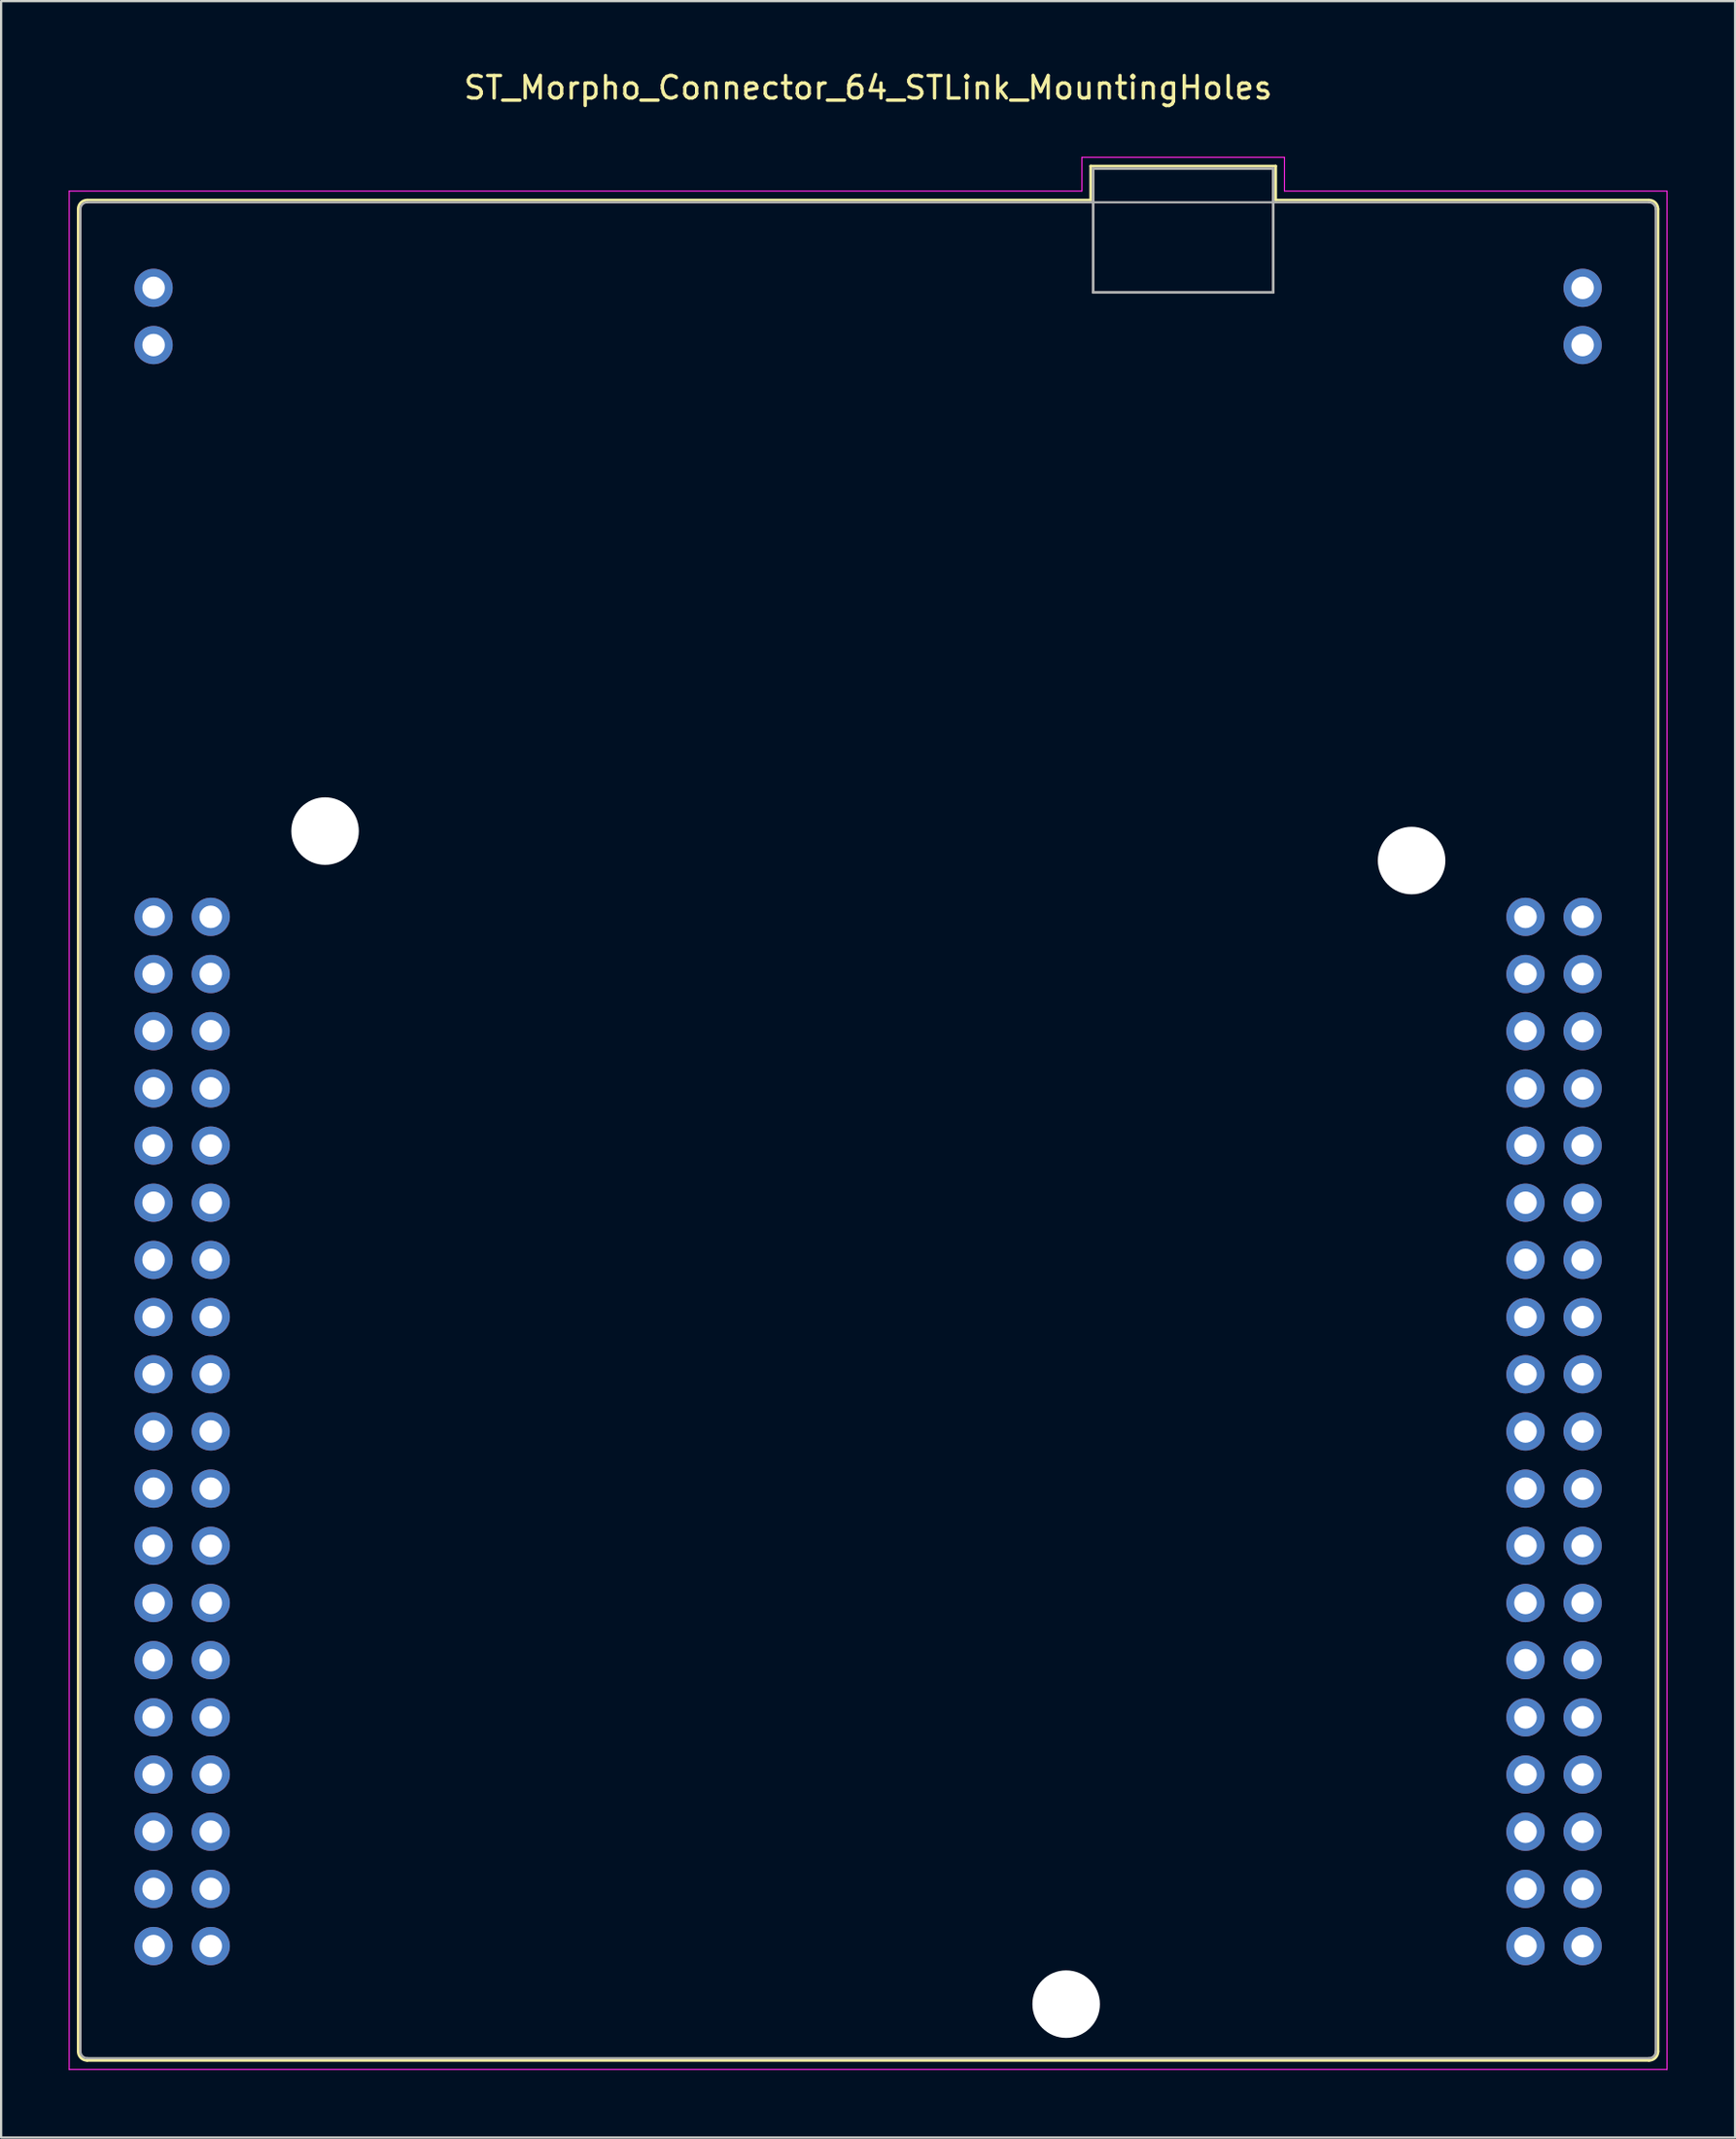
<source format=kicad_pcb>
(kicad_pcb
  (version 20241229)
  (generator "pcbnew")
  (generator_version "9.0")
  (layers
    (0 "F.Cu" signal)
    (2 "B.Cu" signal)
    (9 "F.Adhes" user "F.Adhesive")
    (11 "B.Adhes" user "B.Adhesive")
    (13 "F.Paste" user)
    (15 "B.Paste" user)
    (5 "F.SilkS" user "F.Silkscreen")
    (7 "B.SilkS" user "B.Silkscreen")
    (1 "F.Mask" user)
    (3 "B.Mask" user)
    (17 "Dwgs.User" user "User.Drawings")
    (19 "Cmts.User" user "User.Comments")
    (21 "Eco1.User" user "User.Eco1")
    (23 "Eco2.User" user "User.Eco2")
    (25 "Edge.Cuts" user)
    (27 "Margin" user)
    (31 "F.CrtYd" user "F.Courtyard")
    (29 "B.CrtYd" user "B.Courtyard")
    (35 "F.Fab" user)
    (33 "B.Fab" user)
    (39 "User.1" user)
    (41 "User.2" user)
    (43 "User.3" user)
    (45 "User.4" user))
  (footprint "ST_Morpho_Connector_64_STLink_MountingHoles"
    (layer "F.Cu")
    (at 3.775 37.678)
    (property "Reference" "ST_Morpho_Connector_64_STLink_MountingHoles" (at 31.75 -36.83 0) (layer "F.SilkS") (effects (font (size 1 1) (thickness 0.15))))
    (attr through_hole)
    (fp_line (start -3.35 -31.44) (end -3.35 50.4) (stroke (width 0.12) (type solid)) (layer "F.SilkS"))
    (fp_line (start 41.64 -33.35) (end 49.86 -33.35) (stroke (width 0.12) (type solid)) (layer "F.SilkS"))
    (fp_line (start 41.64 -31.84) (end -2.95 -31.84) (stroke (width 0.12) (type solid)) (layer "F.SilkS"))
    (fp_line (start 41.64 -31.84) (end 41.64 -33.35) (stroke (width 0.12) (type solid)) (layer "F.SilkS"))
    (fp_line (start 49.86 -33.35) (end 49.86 -31.84) (stroke (width 0.12) (type solid)) (layer "F.SilkS"))
    (fp_line (start 49.86 -31.84) (end 66.45 -31.84) (stroke (width 0.12) (type solid)) (layer "F.SilkS"))
    (fp_line (start 66.45 50.8) (end -2.95 50.8) (stroke (width 0.12) (type solid)) (layer "F.SilkS"))
    (fp_line (start 66.85 50.4) (end 66.85 -31.44) (stroke (width 0.12) (type solid)) (layer "F.SilkS"))
    (fp_arc (start -3.35 -31.44) (mid -3.232843 -31.722843) (end -2.95 -31.84) (stroke (width 0.12) (type solid)) (layer "F.SilkS"))
    (fp_arc (start -2.95 50.8) (mid -3.232843 50.682843) (end -3.35 50.4) (stroke (width 0.12) (type solid)) (layer "F.SilkS"))
    (fp_arc (start 66.45 -31.84) (mid 66.732843 -31.722843) (end 66.85 -31.44) (stroke (width 0.12) (type solid)) (layer "F.SilkS"))
    (fp_arc (start 66.85 50.4) (mid 66.732843 50.682843) (end 66.45 50.8) (stroke (width 0.12) (type solid)) (layer "F.SilkS"))
    (fp_line (start -3.75 -32.24) (end -3.75 51.2) (stroke (width 0.05) (type solid)) (layer "F.CrtYd"))
    (fp_line (start 41.25 -33.74) (end 50.25 -33.74) (stroke (width 0.05) (type solid)) (layer "F.CrtYd"))
    (fp_line (start 41.25 -32.24) (end -3.75 -32.24) (stroke (width 0.05) (type solid)) (layer "F.CrtYd"))
    (fp_line (start 41.25 -32.24) (end 41.25 -33.74) (stroke (width 0.05) (type solid)) (layer "F.CrtYd"))
    (fp_line (start 50.25 -32.24) (end 50.25 -33.74) (stroke (width 0.05) (type solid)) (layer "F.CrtYd"))
    (fp_line (start 50.25 -32.24) (end 67.25 -32.24) (stroke (width 0.05) (type solid)) (layer "F.CrtYd"))
    (fp_line (start 67.25 51.2) (end -3.75 51.2) (stroke (width 0.05) (type solid)) (layer "F.CrtYd"))
    (fp_line (start 67.25 51.2) (end 67.25 -32.24) (stroke (width 0.05) (type solid)) (layer "F.CrtYd"))
    (fp_line (start -3.25 50.5) (end -3.25 -31.44) (stroke (width 0.1) (type solid)) (layer "F.Fab"))
    (fp_line (start 41.75 -33.24) (end 49.75 -33.24) (stroke (width 0.12) (type solid)) (layer "F.Fab"))
    (fp_line (start 41.75 -27.74) (end 41.75 -33.24) (stroke (width 0.12) (type solid)) (layer "F.Fab"))
    (fp_line (start 41.75 -27.74) (end 49.75 -27.74) (stroke (width 0.12) (type solid)) (layer "F.Fab"))
    (fp_line (start 49.75 -33.24) (end 49.75 -27.74) (stroke (width 0.12) (type solid)) (layer "F.Fab"))
    (fp_line (start 66.45 -31.74) (end -2.95 -31.74) (stroke (width 0.1) (type solid)) (layer "F.Fab"))
    (fp_line (start 66.45 50.7) (end -2.95 50.7) (stroke (width 0.1) (type solid)) (layer "F.Fab"))
    (fp_line (start 66.75 50.5) (end 66.75 -31.44) (stroke (width 0.1) (type solid)) (layer "F.Fab"))
    (fp_arc (start -3.25 -31.44) (mid -3.162132 -31.652132) (end -2.95 -31.74) (stroke (width 0.1) (type solid)) (layer "F.Fab"))
    (fp_arc (start -2.95 50.7) (mid -3.162132 50.612132) (end -3.25 50.4) (stroke (width 0.1) (type solid)) (layer "F.Fab"))
    (fp_arc (start 66.45 -31.74) (mid 66.662132 -31.652132) (end 66.75 -31.44) (stroke (width 0.1) (type solid)) (layer "F.Fab"))
    (fp_arc (start 66.75 50.4) (mid 66.662132 50.612132) (end 66.45 50.7) (stroke (width 0.1) (type solid)) (layer "F.Fab"))
    (pad "" np_thru_hole circle (at 7.62 -3.81) (size 3 3) (drill 3) (layers "*.Cu" "*.Mask"))
    (pad "" np_thru_hole circle (at 40.55 48.3) (size 3 3) (drill 3) (layers "*.Cu" "*.Mask"))
    (pad "" np_thru_hole circle (at 55.9 -2.5) (size 3 3) (drill 3) (layers "*.Cu" "*.Mask"))
    (pad "1" thru_hole circle (at 0 0) (size 1.7 1.7) (drill 1) (layers "*.Cu" "*.Mask"))
    (pad "2" thru_hole circle (at 2.54 0) (size 1.7 1.7) (drill 1) (layers "*.Cu" "*.Mask"))
    (pad "3" thru_hole circle (at 0 2.54) (size 1.7 1.7) (drill 1) (layers "*.Cu" "*.Mask"))
    (pad "4" thru_hole circle (at 2.54 2.54) (size 1.7 1.7) (drill 1) (layers "*.Cu" "*.Mask"))
    (pad "5" thru_hole circle (at 0 5.08) (size 1.7 1.7) (drill 1) (layers "*.Cu" "*.Mask"))
    (pad "6" thru_hole circle (at 2.54 5.08) (size 1.7 1.7) (drill 1) (layers "*.Cu" "*.Mask"))
    (pad "7" thru_hole circle (at 0 7.62) (size 1.7 1.7) (drill 1) (layers "*.Cu" "*.Mask"))
    (pad "8" thru_hole circle (at 2.54 7.62) (size 1.7 1.7) (drill 1) (layers "*.Cu" "*.Mask"))
    (pad "9" thru_hole circle (at 0 10.16) (size 1.7 1.7) (drill 1) (layers "*.Cu" "*.Mask"))
    (pad "10" thru_hole circle (at 2.54 10.16) (size 1.7 1.7) (drill 1) (layers "*.Cu" "*.Mask"))
    (pad "11" thru_hole circle (at 0 12.7) (size 1.7 1.7) (drill 1) (layers "*.Cu" "*.Mask"))
    (pad "12" thru_hole circle (at 2.54 12.7) (size 1.7 1.7) (drill 1) (layers "*.Cu" "*.Mask"))
    (pad "13" thru_hole circle (at 0 15.24) (size 1.7 1.7) (drill 1) (layers "*.Cu" "*.Mask"))
    (pad "14" thru_hole circle (at 2.54 15.24) (size 1.7 1.7) (drill 1) (layers "*.Cu" "*.Mask"))
    (pad "15" thru_hole circle (at 0 17.78) (size 1.7 1.7) (drill 1) (layers "*.Cu" "*.Mask"))
    (pad "16" thru_hole circle (at 2.54 17.78) (size 1.7 1.7) (drill 1) (layers "*.Cu" "*.Mask"))
    (pad "17" thru_hole circle (at 0 20.32) (size 1.7 1.7) (drill 1) (layers "*.Cu" "*.Mask"))
    (pad "18" thru_hole circle (at 2.54 20.32) (size 1.7 1.7) (drill 1) (layers "*.Cu" "*.Mask"))
    (pad "19" thru_hole circle (at 0 22.86) (size 1.7 1.7) (drill 1) (layers "*.Cu" "*.Mask"))
    (pad "20" thru_hole circle (at 2.54 22.86) (size 1.7 1.7) (drill 1) (layers "*.Cu" "*.Mask"))
    (pad "21" thru_hole circle (at 0 25.4) (size 1.7 1.7) (drill 1) (layers "*.Cu" "*.Mask"))
    (pad "22" thru_hole circle (at 2.54 25.4) (size 1.7 1.7) (drill 1) (layers "*.Cu" "*.Mask"))
    (pad "23" thru_hole circle (at 0 27.94) (size 1.7 1.7) (drill 1) (layers "*.Cu" "*.Mask"))
    (pad "24" thru_hole circle (at 2.54 27.94) (size 1.7 1.7) (drill 1) (layers "*.Cu" "*.Mask"))
    (pad "25" thru_hole circle (at 0 30.48) (size 1.7 1.7) (drill 1) (layers "*.Cu" "*.Mask"))
    (pad "26" thru_hole circle (at 2.54 30.48) (size 1.7 1.7) (drill 1) (layers "*.Cu" "*.Mask"))
    (pad "27" thru_hole circle (at 0 33.02) (size 1.7 1.7) (drill 1) (layers "*.Cu" "*.Mask"))
    (pad "28" thru_hole circle (at 2.54 33.02) (size 1.7 1.7) (drill 1) (layers "*.Cu" "*.Mask"))
    (pad "29" thru_hole circle (at 0 35.56) (size 1.7 1.7) (drill 1) (layers "*.Cu" "*.Mask"))
    (pad "30" thru_hole circle (at 2.54 35.56) (size 1.7 1.7) (drill 1) (layers "*.Cu" "*.Mask"))
    (pad "31" thru_hole circle (at 0 38.1) (size 1.7 1.7) (drill 1) (layers "*.Cu" "*.Mask"))
    (pad "32" thru_hole circle (at 2.54 38.1) (size 1.7 1.7) (drill 1) (layers "*.Cu" "*.Mask"))
    (pad "33" thru_hole circle (at 0 40.64) (size 1.7 1.7) (drill 1) (layers "*.Cu" "*.Mask"))
    (pad "34" thru_hole circle (at 2.54 40.64) (size 1.7 1.7) (drill 1) (layers "*.Cu" "*.Mask"))
    (pad "35" thru_hole circle (at 0 43.18) (size 1.7 1.7) (drill 1) (layers "*.Cu" "*.Mask"))
    (pad "36" thru_hole circle (at 2.54 43.18) (size 1.7 1.7) (drill 1) (layers "*.Cu" "*.Mask"))
    (pad "37" thru_hole circle (at 0 45.72) (size 1.7 1.7) (drill 1) (layers "*.Cu" "*.Mask"))
    (pad "38" thru_hole circle (at 2.54 45.72) (size 1.7 1.7) (drill 1) (layers "*.Cu" "*.Mask"))
    (pad "39" thru_hole circle (at 60.96 0) (size 1.7 1.7) (drill 1) (layers "*.Cu" "*.Mask"))
    (pad "40" thru_hole circle (at 63.5 0) (size 1.7 1.7) (drill 1) (layers "*.Cu" "*.Mask"))
    (pad "41" thru_hole circle (at 60.96 2.54) (size 1.7 1.7) (drill 1) (layers "*.Cu" "*.Mask"))
    (pad "42" thru_hole circle (at 63.5 2.54) (size 1.7 1.7) (drill 1) (layers "*.Cu" "*.Mask"))
    (pad "43" thru_hole circle (at 60.96 5.08) (size 1.7 1.7) (drill 1) (layers "*.Cu" "*.Mask"))
    (pad "44" thru_hole circle (at 63.5 5.08) (size 1.7 1.7) (drill 1) (layers "*.Cu" "*.Mask"))
    (pad "45" thru_hole circle (at 60.96 7.62) (size 1.7 1.7) (drill 1) (layers "*.Cu" "*.Mask"))
    (pad "46" thru_hole circle (at 63.5 7.62) (size 1.7 1.7) (drill 1) (layers "*.Cu" "*.Mask"))
    (pad "47" thru_hole circle (at 60.96 10.16) (size 1.7 1.7) (drill 1) (layers "*.Cu" "*.Mask"))
    (pad "48" thru_hole circle (at 63.5 10.16) (size 1.7 1.7) (drill 1) (layers "*.Cu" "*.Mask"))
    (pad "49" thru_hole circle (at 60.96 12.7) (size 1.7 1.7) (drill 1) (layers "*.Cu" "*.Mask"))
    (pad "50" thru_hole circle (at 63.5 12.7) (size 1.7 1.7) (drill 1) (layers "*.Cu" "*.Mask"))
    (pad "51" thru_hole circle (at 60.96 15.24) (size 1.7 1.7) (drill 1) (layers "*.Cu" "*.Mask"))
    (pad "52" thru_hole circle (at 63.5 15.24) (size 1.7 1.7) (drill 1) (layers "*.Cu" "*.Mask"))
    (pad "53" thru_hole circle (at 60.96 17.78) (size 1.7 1.7) (drill 1) (layers "*.Cu" "*.Mask"))
    (pad "54" thru_hole circle (at 63.5 17.78) (size 1.7 1.7) (drill 1) (layers "*.Cu" "*.Mask"))
    (pad "55" thru_hole circle (at 60.96 20.32) (size 1.7 1.7) (drill 1) (layers "*.Cu" "*.Mask"))
    (pad "56" thru_hole circle (at 63.5 20.32) (size 1.7 1.7) (drill 1) (layers "*.Cu" "*.Mask"))
    (pad "57" thru_hole circle (at 60.96 22.86) (size 1.7 1.7) (drill 1) (layers "*.Cu" "*.Mask"))
    (pad "58" thru_hole circle (at 63.5 22.86) (size 1.7 1.7) (drill 1) (layers "*.Cu" "*.Mask"))
    (pad "59" thru_hole circle (at 60.96 25.4) (size 1.7 1.7) (drill 1) (layers "*.Cu" "*.Mask"))
    (pad "60" thru_hole circle (at 63.5 25.4) (size 1.7 1.7) (drill 1) (layers "*.Cu" "*.Mask"))
    (pad "61" thru_hole circle (at 60.96 27.94) (size 1.7 1.7) (drill 1) (layers "*.Cu" "*.Mask"))
    (pad "62" thru_hole circle (at 63.5 27.94) (size 1.7 1.7) (drill 1) (layers "*.Cu" "*.Mask"))
    (pad "63" thru_hole circle (at 60.96 30.48) (size 1.7 1.7) (drill 1) (layers "*.Cu" "*.Mask"))
    (pad "64" thru_hole circle (at 63.5 30.48) (size 1.7 1.7) (drill 1) (layers "*.Cu" "*.Mask"))
    (pad "65" thru_hole circle (at 60.96 33.02) (size 1.7 1.7) (drill 1) (layers "*.Cu" "*.Mask"))
    (pad "66" thru_hole circle (at 63.5 33.02) (size 1.7 1.7) (drill 1) (layers "*.Cu" "*.Mask"))
    (pad "67" thru_hole circle (at 60.96 35.56) (size 1.7 1.7) (drill 1) (layers "*.Cu" "*.Mask"))
    (pad "68" thru_hole circle (at 63.5 35.56) (size 1.7 1.7) (drill 1) (layers "*.Cu" "*.Mask"))
    (pad "69" thru_hole circle (at 60.96 38.1) (size 1.7 1.7) (drill 1) (layers "*.Cu" "*.Mask"))
    (pad "70" thru_hole circle (at 63.5 38.1) (size 1.7 1.7) (drill 1) (layers "*.Cu" "*.Mask"))
    (pad "71" thru_hole circle (at 60.96 40.64) (size 1.7 1.7) (drill 1) (layers "*.Cu" "*.Mask"))
    (pad "72" thru_hole circle (at 63.5 40.64) (size 1.7 1.7) (drill 1) (layers "*.Cu" "*.Mask"))
    (pad "73" thru_hole circle (at 60.96 43.18) (size 1.7 1.7) (drill 1) (layers "*.Cu" "*.Mask"))
    (pad "74" thru_hole circle (at 63.5 43.18) (size 1.7 1.7) (drill 1) (layers "*.Cu" "*.Mask"))
    (pad "75" thru_hole circle (at 60.96 45.72) (size 1.7 1.7) (drill 1) (layers "*.Cu" "*.Mask"))
    (pad "76" thru_hole circle (at 63.5 45.72) (size 1.7 1.7) (drill 1) (layers "*.Cu" "*.Mask"))
    (pad "77" thru_hole circle (at 0 -27.94) (size 1.7 1.7) (drill 1) (layers "*.Cu" "*.Mask"))
    (pad "78" thru_hole circle (at 0 -25.4) (size 1.7 1.7) (drill 1) (layers "*.Cu" "*.Mask"))
    (pad "79" thru_hole circle (at 63.5 -27.94) (size 1.7 1.7) (drill 1) (layers "*.Cu" "*.Mask"))
    (pad "80" thru_hole circle (at 63.5 -25.4) (size 1.7 1.7) (drill 1) (layers "*.Cu" "*.Mask")))
  (gr_rect
    (start -3 -3)
    (end 74.05 91.903)
    (stroke (width 0.1) (type default))
    (fill no)
    (layer "Edge.Cuts")))
</source>
